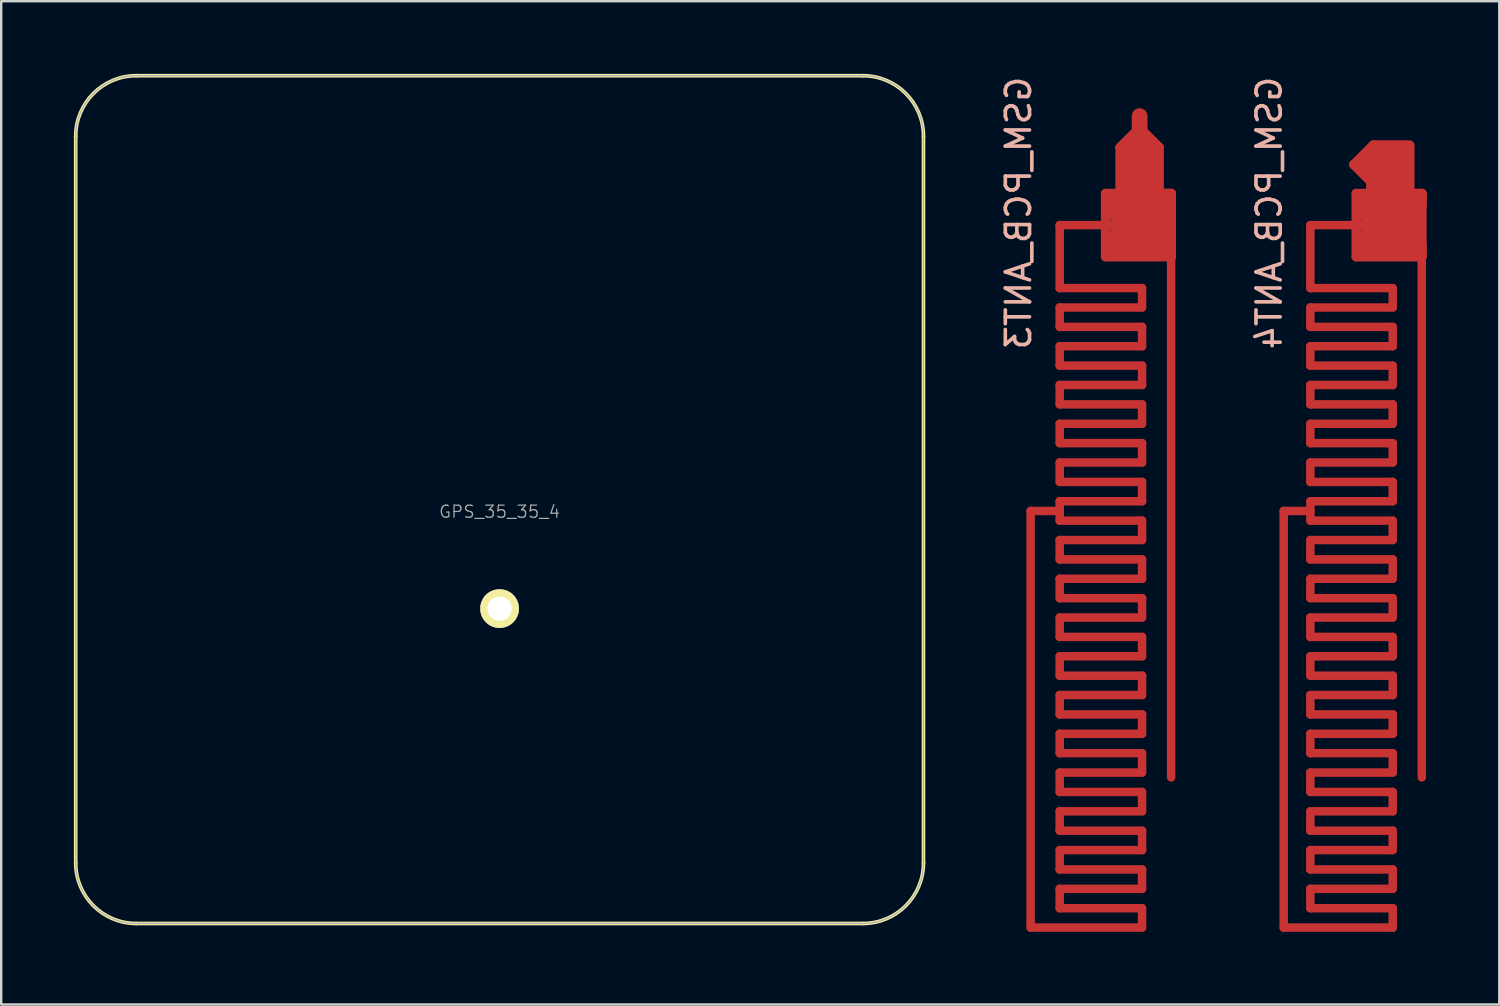
<source format=kicad_pcb>
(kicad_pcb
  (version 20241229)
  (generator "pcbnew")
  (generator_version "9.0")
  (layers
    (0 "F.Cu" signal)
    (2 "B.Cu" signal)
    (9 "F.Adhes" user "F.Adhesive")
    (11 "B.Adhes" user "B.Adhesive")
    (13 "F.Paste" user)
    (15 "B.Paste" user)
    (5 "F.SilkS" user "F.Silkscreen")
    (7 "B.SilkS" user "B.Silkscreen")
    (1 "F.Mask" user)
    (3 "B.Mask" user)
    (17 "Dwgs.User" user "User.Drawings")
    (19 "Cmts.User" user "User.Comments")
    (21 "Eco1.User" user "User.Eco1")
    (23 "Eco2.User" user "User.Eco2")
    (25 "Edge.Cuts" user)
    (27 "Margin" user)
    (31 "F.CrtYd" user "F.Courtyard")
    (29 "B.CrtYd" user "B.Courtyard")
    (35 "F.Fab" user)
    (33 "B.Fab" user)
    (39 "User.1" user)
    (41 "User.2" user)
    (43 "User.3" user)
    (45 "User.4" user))
  (footprint "GSM_PCB_ANT3"
    (layer "F.Cu")
    (at 43.998 1.744)
    (property "Reference" "GSM_PCB_ANT3" (at -5 4 270) (layer "B.SilkS") (effects (font (size 1 1) (thickness 0.15)) (justify mirror)))
    (attr through_hole)
    (fp_line (start -4.5 33.5) (end -4.5 16.3) (stroke (width 0.35) (type solid)) (layer "F.Cu"))
    (fp_line (start -3.3 7.1) (end -3.3 4.5) (stroke (width 0.35) (type solid)) (layer "F.Cu"))
    (fp_line (start -3.3 8.7) (end -3.3 7.9) (stroke (width 0.35) (type solid)) (layer "F.Cu"))
    (fp_line (start -3.3 10.3) (end -3.3 9.5) (stroke (width 0.35) (type solid)) (layer "F.Cu"))
    (fp_line (start -3.3 11.9) (end -3.3 11.1) (stroke (width 0.35) (type solid)) (layer "F.Cu"))
    (fp_line (start -3.3 13.5) (end -3.3 12.7) (stroke (width 0.35) (type solid)) (layer "F.Cu"))
    (fp_line (start -3.3 15.1) (end -3.3 14.3) (stroke (width 0.35) (type solid)) (layer "F.Cu"))
    (fp_line (start -3.3 16.3) (end -4.5 16.3) (stroke (width 0.35) (type solid)) (layer "F.Cu"))
    (fp_line (start -3.3 16.7) (end -3.3 15.9) (stroke (width 0.35) (type solid)) (layer "F.Cu"))
    (fp_line (start -3.3 18.3) (end -3.3 17.5) (stroke (width 0.35) (type solid)) (layer "F.Cu"))
    (fp_line (start -3.3 19.9) (end -3.3 19.1) (stroke (width 0.35) (type solid)) (layer "F.Cu"))
    (fp_line (start -3.3 21.5) (end -3.3 20.7) (stroke (width 0.35) (type solid)) (layer "F.Cu"))
    (fp_line (start -3.3 23.1) (end -3.3 22.3) (stroke (width 0.35) (type solid)) (layer "F.Cu"))
    (fp_line (start -3.3 24.7) (end -3.3 23.9) (stroke (width 0.35) (type solid)) (layer "F.Cu"))
    (fp_line (start -3.3 26.3) (end -3.3 25.5) (stroke (width 0.35) (type solid)) (layer "F.Cu"))
    (fp_line (start -3.3 27.9) (end -3.3 27.1) (stroke (width 0.35) (type solid)) (layer "F.Cu"))
    (fp_line (start -3.3 29.5) (end -3.3 28.7) (stroke (width 0.35) (type solid)) (layer "F.Cu"))
    (fp_line (start -3.3 31.1) (end -3.3 30.3) (stroke (width 0.35) (type solid)) (layer "F.Cu"))
    (fp_line (start -3.3 32.7) (end -3.3 31.9) (stroke (width 0.35) (type solid)) (layer "F.Cu"))
    (fp_line (start -1.4 5.8) (end -1.4 3.2) (stroke (width 0.4) (type solid)) (layer "F.Cu"))
    (fp_line (start -1.3 4.5) (end -3.3 4.5) (stroke (width 0.35) (type solid)) (layer "F.Cu"))
    (fp_line (start -0.8 1.3) (end -0.8 3.2) (stroke (width 0.4) (type solid)) (layer "F.Cu"))
    (fp_line (start -0.8 1.3) (end 0 0.5) (stroke (width 0.4) (type solid)) (layer "F.Cu"))
    (fp_line (start -0.8 1.3) (end 0 0.5) (stroke (width 0.4) (type solid)) (layer "F.Cu"))
    (fp_line (start -0.7 3.6) (end -0.7 5.4) (stroke (width 1) (type solid)) (layer "F.Cu"))
    (fp_line (start -0.5 1.3) (end -0.5 3.2) (stroke (width 0.4) (type solid)) (layer "F.Cu"))
    (fp_line (start 0 0) (end 0 0.6) (stroke (width 0.65) (type solid)) (layer "F.Cu"))
    (fp_line (start 0 1.2) (end 0 5.4) (stroke (width 1) (type solid)) (layer "F.Cu"))
    (fp_line (start 0 1.2) (end 0 5.4) (stroke (width 1) (type solid)) (layer "F.Cu"))
    (fp_line (start 0.1 7.1) (end -3.3 7.1) (stroke (width 0.35) (type solid)) (layer "F.Cu"))
    (fp_line (start 0.1 7.9) (end -3.3 7.9) (stroke (width 0.35) (type solid)) (layer "F.Cu"))
    (fp_line (start 0.1 7.9) (end 0.1 7.1) (stroke (width 0.35) (type solid)) (layer "F.Cu"))
    (fp_line (start 0.1 8.7) (end -3.3 8.7) (stroke (width 0.35) (type solid)) (layer "F.Cu"))
    (fp_line (start 0.1 9.5) (end -3.3 9.5) (stroke (width 0.35) (type solid)) (layer "F.Cu"))
    (fp_line (start 0.1 9.5) (end 0.1 8.7) (stroke (width 0.35) (type solid)) (layer "F.Cu"))
    (fp_line (start 0.1 10.3) (end -3.3 10.3) (stroke (width 0.35) (type solid)) (layer "F.Cu"))
    (fp_line (start 0.1 11.1) (end -3.3 11.1) (stroke (width 0.35) (type solid)) (layer "F.Cu"))
    (fp_line (start 0.1 11.1) (end 0.1 10.3) (stroke (width 0.35) (type solid)) (layer "F.Cu"))
    (fp_line (start 0.1 11.9) (end -3.3 11.9) (stroke (width 0.35) (type solid)) (layer "F.Cu"))
    (fp_line (start 0.1 12.7) (end -3.3 12.7) (stroke (width 0.35) (type solid)) (layer "F.Cu"))
    (fp_line (start 0.1 12.7) (end 0.1 11.9) (stroke (width 0.35) (type solid)) (layer "F.Cu"))
    (fp_line (start 0.1 13.5) (end -3.3 13.5) (stroke (width 0.35) (type solid)) (layer "F.Cu"))
    (fp_line (start 0.1 14.3) (end -3.3 14.3) (stroke (width 0.35) (type solid)) (layer "F.Cu"))
    (fp_line (start 0.1 14.3) (end 0.1 13.5) (stroke (width 0.35) (type solid)) (layer "F.Cu"))
    (fp_line (start 0.1 15.1) (end -3.3 15.1) (stroke (width 0.35) (type solid)) (layer "F.Cu"))
    (fp_line (start 0.1 15.9) (end -3.3 15.9) (stroke (width 0.35) (type solid)) (layer "F.Cu"))
    (fp_line (start 0.1 15.9) (end 0.1 15.1) (stroke (width 0.35) (type solid)) (layer "F.Cu"))
    (fp_line (start 0.1 16.7) (end -3.3 16.7) (stroke (width 0.35) (type solid)) (layer "F.Cu"))
    (fp_line (start 0.1 17.5) (end -3.3 17.5) (stroke (width 0.35) (type solid)) (layer "F.Cu"))
    (fp_line (start 0.1 17.5) (end 0.1 16.7) (stroke (width 0.35) (type solid)) (layer "F.Cu"))
    (fp_line (start 0.1 18.3) (end -3.3 18.3) (stroke (width 0.35) (type solid)) (layer "F.Cu"))
    (fp_line (start 0.1 19.1) (end -3.3 19.1) (stroke (width 0.35) (type solid)) (layer "F.Cu"))
    (fp_line (start 0.1 19.1) (end 0.1 18.3) (stroke (width 0.35) (type solid)) (layer "F.Cu"))
    (fp_line (start 0.1 19.9) (end -3.3 19.9) (stroke (width 0.35) (type solid)) (layer "F.Cu"))
    (fp_line (start 0.1 20.7) (end -3.3 20.7) (stroke (width 0.35) (type solid)) (layer "F.Cu"))
    (fp_line (start 0.1 20.7) (end 0.1 19.9) (stroke (width 0.35) (type solid)) (layer "F.Cu"))
    (fp_line (start 0.1 21.5) (end -3.3 21.5) (stroke (width 0.35) (type solid)) (layer "F.Cu"))
    (fp_line (start 0.1 22.3) (end -3.3 22.3) (stroke (width 0.35) (type solid)) (layer "F.Cu"))
    (fp_line (start 0.1 22.3) (end 0.1 21.5) (stroke (width 0.35) (type solid)) (layer "F.Cu"))
    (fp_line (start 0.1 23.1) (end -3.3 23.1) (stroke (width 0.35) (type solid)) (layer "F.Cu"))
    (fp_line (start 0.1 23.9) (end -3.3 23.9) (stroke (width 0.35) (type solid)) (layer "F.Cu"))
    (fp_line (start 0.1 23.9) (end 0.1 23.1) (stroke (width 0.35) (type solid)) (layer "F.Cu"))
    (fp_line (start 0.1 24.7) (end -3.3 24.7) (stroke (width 0.35) (type solid)) (layer "F.Cu"))
    (fp_line (start 0.1 25.5) (end -3.3 25.5) (stroke (width 0.35) (type solid)) (layer "F.Cu"))
    (fp_line (start 0.1 25.5) (end 0.1 24.7) (stroke (width 0.35) (type solid)) (layer "F.Cu"))
    (fp_line (start 0.1 26.3) (end -3.3 26.3) (stroke (width 0.35) (type solid)) (layer "F.Cu"))
    (fp_line (start 0.1 27.1) (end -3.3 27.1) (stroke (width 0.35) (type solid)) (layer "F.Cu"))
    (fp_line (start 0.1 27.1) (end 0.1 26.3) (stroke (width 0.35) (type solid)) (layer "F.Cu"))
    (fp_line (start 0.1 27.9) (end -3.3 27.9) (stroke (width 0.35) (type solid)) (layer "F.Cu"))
    (fp_line (start 0.1 28.7) (end -3.3 28.7) (stroke (width 0.35) (type solid)) (layer "F.Cu"))
    (fp_line (start 0.1 28.7) (end 0.1 27.9) (stroke (width 0.35) (type solid)) (layer "F.Cu"))
    (fp_line (start 0.1 29.5) (end -3.3 29.5) (stroke (width 0.35) (type solid)) (layer "F.Cu"))
    (fp_line (start 0.1 30.3) (end -3.3 30.3) (stroke (width 0.35) (type solid)) (layer "F.Cu"))
    (fp_line (start 0.1 30.3) (end 0.1 29.5) (stroke (width 0.35) (type solid)) (layer "F.Cu"))
    (fp_line (start 0.1 31.1) (end -3.3 31.1) (stroke (width 0.35) (type solid)) (layer "F.Cu"))
    (fp_line (start 0.1 31.9) (end -3.3 31.9) (stroke (width 0.35) (type solid)) (layer "F.Cu"))
    (fp_line (start 0.1 31.9) (end 0.1 31.1) (stroke (width 0.35) (type solid)) (layer "F.Cu"))
    (fp_line (start 0.1 32.7) (end -3.3 32.7) (stroke (width 0.35) (type solid)) (layer "F.Cu"))
    (fp_line (start 0.1 33.5) (end -4.5 33.5) (stroke (width 0.35) (type solid)) (layer "F.Cu"))
    (fp_line (start 0.1 33.5) (end 0.1 32.7) (stroke (width 0.35) (type solid)) (layer "F.Cu"))
    (fp_line (start 0.5 1.3) (end 0.5 3.2) (stroke (width 0.4) (type solid)) (layer "F.Cu"))
    (fp_line (start 0.7 3.6) (end 0.7 5.4) (stroke (width 1) (type solid)) (layer "F.Cu"))
    (fp_line (start 0.8 1.3) (end 0 0.5) (stroke (width 0.4) (type solid)) (layer "F.Cu"))
    (fp_line (start 0.8 1.3) (end 0 0.5) (stroke (width 0.4) (type solid)) (layer "F.Cu"))
    (fp_line (start 0.8 1.3) (end 0.8 3.2) (stroke (width 0.4) (type solid)) (layer "F.Cu"))
    (fp_line (start 0.9 3.8) (end -0.9 3.8) (stroke (width 1) (type solid)) (layer "F.Cu"))
    (fp_line (start 0.9 5.2) (end -0.9 5.2) (stroke (width 1) (type solid)) (layer "F.Cu"))
    (fp_line (start 1.3 3.2) (end -1.4 3.2) (stroke (width 0.4) (type solid)) (layer "F.Cu"))
    (fp_line (start 1.3 3.2) (end 0.8 3.2) (stroke (width 0.4) (type solid)) (layer "F.Cu"))
    (fp_line (start 1.3 3.7) (end 1.3 3.2) (stroke (width 0.4) (type solid)) (layer "F.Cu"))
    (fp_line (start 1.3 5.8) (end -1.4 5.8) (stroke (width 0.4) (type solid)) (layer "F.Cu"))
    (fp_line (start 1.3 5.8) (end 1.3 3.2) (stroke (width 0.4) (type solid)) (layer "F.Cu"))
    (fp_line (start 1.3 5.8) (end 1.3 5.3) (stroke (width 0.4) (type solid)) (layer "F.Cu"))
    (fp_line (start 1.3 27.3) (end 1.3 5.8) (stroke (width 0.35) (type solid)) (layer "F.Cu"))
    (pad "1" smd rect (at 0 0) (size 0.2 0.2) (layers "F.Cu")))
  (footprint "GPS_35_35_4"
    (layer "F.Cu")
    (at 17.575 17.575)
    (property "Reference" "GPS_35_35_4" (at 0 0.5 0) (layer "F.Fab") (effects (font (size 0.5 0.5) (thickness 0.05))))
    (attr through_hole)
    (fp_line (start -17.5 -15) (end -17.5 15) (stroke (width 0.15) (type solid)) (layer "F.SilkS"))
    (fp_line (start -15 -17.5) (end 15 -17.5) (stroke (width 0.15) (type solid)) (layer "F.SilkS"))
    (fp_line (start -15 17.5) (end 15 17.5) (stroke (width 0.15) (type solid)) (layer "F.SilkS"))
    (fp_line (start 17.5 -15) (end 17.5 15) (stroke (width 0.15) (type solid)) (layer "F.SilkS"))
    (fp_arc (start -17.5 -15) (mid -16.767767 -16.767767) (end -15 -17.5) (stroke (width 0.15) (type solid)) (layer "F.SilkS"))
    (fp_arc (start -15 17.5) (mid -16.767767 16.767767) (end -17.5 15) (stroke (width 0.15) (type solid)) (layer "F.SilkS"))
    (fp_arc (start 15 -17.5) (mid 16.767767 -16.767767) (end 17.5 -15) (stroke (width 0.15) (type solid)) (layer "F.SilkS"))
    (fp_arc (start 17.5 15) (mid 16.767767 16.767767) (end 15 17.5) (stroke (width 0.15) (type solid)) (layer "F.SilkS"))
    (fp_line (start -17.5 15) (end -17.5 -15) (stroke (width 0.05) (type solid)) (layer "F.Fab"))
    (fp_line (start -15 -17.5) (end 15 -17.5) (stroke (width 0.05) (type solid)) (layer "F.Fab"))
    (fp_line (start -15 17.5) (end 15 17.5) (stroke (width 0.05) (type solid)) (layer "F.Fab"))
    (fp_line (start 17.5 15) (end 17.5 -15) (stroke (width 0.05) (type solid)) (layer "F.Fab"))
    (fp_arc (start -17.5 -15) (mid -16.767767 -16.767767) (end -15 -17.5) (stroke (width 0.05) (type solid)) (layer "F.Fab"))
    (fp_arc (start -15 17.5) (mid -16.767767 16.767767) (end -17.5 15) (stroke (width 0.05) (type solid)) (layer "F.Fab"))
    (fp_arc (start 15 -17.5) (mid 16.767767 -16.767767) (end 17.5 -15) (stroke (width 0.05) (type solid)) (layer "F.Fab"))
    (fp_arc (start 17.5 15) (mid 16.767767 16.767767) (end 15 17.5) (stroke (width 0.05) (type solid)) (layer "F.Fab"))
    (pad "" smd circle (at 0 4.5) (size 1 1) (layers "F.Mask"))
    (pad "1" thru_hole circle (at 0 4.5) (size 1.6 1.6) (drill 1) (layers "*.Cu" "B.Mask" "F.SilkS")))
  (footprint "GSM_PCB_ANT4"
    (layer "F.Cu")
    (at 54.346 1.744)
    (property "Reference" "GSM_PCB_ANT4" (at -5 4 270) (layer "B.SilkS") (effects (font (size 1 1) (thickness 0.15)) (justify mirror)))
    (attr through_hole)
    (fp_line (start -4.4 33.5) (end -4.4 16.3) (stroke (width 0.35) (type solid)) (layer "F.Cu"))
    (fp_line (start -3.3 7.1) (end -3.3 4.5) (stroke (width 0.35) (type solid)) (layer "F.Cu"))
    (fp_line (start -3.3 8.7) (end -3.3 7.9) (stroke (width 0.35) (type solid)) (layer "F.Cu"))
    (fp_line (start -3.3 10.3) (end -3.3 9.5) (stroke (width 0.35) (type solid)) (layer "F.Cu"))
    (fp_line (start -3.3 11.9) (end -3.3 11.1) (stroke (width 0.35) (type solid)) (layer "F.Cu"))
    (fp_line (start -3.3 13.5) (end -3.3 12.7) (stroke (width 0.35) (type solid)) (layer "F.Cu"))
    (fp_line (start -3.3 15.1) (end -3.3 14.3) (stroke (width 0.35) (type solid)) (layer "F.Cu"))
    (fp_line (start -3.3 16.3) (end -4.4 16.3) (stroke (width 0.35) (type solid)) (layer "F.Cu"))
    (fp_line (start -3.3 16.7) (end -3.3 15.9) (stroke (width 0.35) (type solid)) (layer "F.Cu"))
    (fp_line (start -3.3 18.3) (end -3.3 17.5) (stroke (width 0.35) (type solid)) (layer "F.Cu"))
    (fp_line (start -3.3 19.9) (end -3.3 19.1) (stroke (width 0.35) (type solid)) (layer "F.Cu"))
    (fp_line (start -3.3 21.5) (end -3.3 20.7) (stroke (width 0.35) (type solid)) (layer "F.Cu"))
    (fp_line (start -3.3 23.1) (end -3.3 22.3) (stroke (width 0.35) (type solid)) (layer "F.Cu"))
    (fp_line (start -3.3 24.7) (end -3.3 23.9) (stroke (width 0.35) (type solid)) (layer "F.Cu"))
    (fp_line (start -3.3 26.3) (end -3.3 25.5) (stroke (width 0.35) (type solid)) (layer "F.Cu"))
    (fp_line (start -3.3 27.9) (end -3.3 27.1) (stroke (width 0.35) (type solid)) (layer "F.Cu"))
    (fp_line (start -3.3 29.5) (end -3.3 28.7) (stroke (width 0.35) (type solid)) (layer "F.Cu"))
    (fp_line (start -3.3 31.1) (end -3.3 30.3) (stroke (width 0.35) (type solid)) (layer "F.Cu"))
    (fp_line (start -3.3 32.7) (end -3.3 31.9) (stroke (width 0.35) (type solid)) (layer "F.Cu"))
    (fp_line (start -1.4 5.8) (end -1.4 3.2) (stroke (width 0.4) (type solid)) (layer "F.Cu"))
    (fp_line (start -1.3 4.5) (end -3.3 4.5) (stroke (width 0.35) (type solid)) (layer "F.Cu"))
    (fp_line (start -0.8 1.4) (end -0.8 3.2) (stroke (width 0.4) (type solid)) (layer "F.Cu"))
    (fp_line (start -0.7 1.2) (end -1.5 2) (stroke (width 0.4) (type solid)) (layer "F.Cu"))
    (fp_line (start -0.7 1.2) (end 0.8 1.2) (stroke (width 0.4) (type solid)) (layer "F.Cu"))
    (fp_line (start -0.7 2.8) (end -1.5 2) (stroke (width 0.4) (type solid)) (layer "F.Cu"))
    (fp_line (start -0.7 3.6) (end -0.7 5.4) (stroke (width 1) (type solid)) (layer "F.Cu"))
    (fp_line (start -0.6 2) (end -1.2 2) (stroke (width 0.65) (type solid)) (layer "F.Cu"))
    (fp_line (start -0.5 1.3) (end -0.5 3.2) (stroke (width 0.4) (type solid)) (layer "F.Cu"))
    (fp_line (start 0 1.7) (end 0 5.4) (stroke (width 1) (type solid)) (layer "F.Cu"))
    (fp_line (start 0.1 7.1) (end -3.3 7.1) (stroke (width 0.35) (type solid)) (layer "F.Cu"))
    (fp_line (start 0.1 7.9) (end -3.3 7.9) (stroke (width 0.35) (type solid)) (layer "F.Cu"))
    (fp_line (start 0.1 7.9) (end 0.1 7.1) (stroke (width 0.35) (type solid)) (layer "F.Cu"))
    (fp_line (start 0.1 8.7) (end -3.3 8.7) (stroke (width 0.35) (type solid)) (layer "F.Cu"))
    (fp_line (start 0.1 9.5) (end -3.3 9.5) (stroke (width 0.35) (type solid)) (layer "F.Cu"))
    (fp_line (start 0.1 9.5) (end 0.1 8.7) (stroke (width 0.35) (type solid)) (layer "F.Cu"))
    (fp_line (start 0.1 10.3) (end -3.3 10.3) (stroke (width 0.35) (type solid)) (layer "F.Cu"))
    (fp_line (start 0.1 11.1) (end -3.3 11.1) (stroke (width 0.35) (type solid)) (layer "F.Cu"))
    (fp_line (start 0.1 11.1) (end 0.1 10.3) (stroke (width 0.35) (type solid)) (layer "F.Cu"))
    (fp_line (start 0.1 11.9) (end -3.3 11.9) (stroke (width 0.35) (type solid)) (layer "F.Cu"))
    (fp_line (start 0.1 12.7) (end -3.3 12.7) (stroke (width 0.35) (type solid)) (layer "F.Cu"))
    (fp_line (start 0.1 12.7) (end 0.1 11.9) (stroke (width 0.35) (type solid)) (layer "F.Cu"))
    (fp_line (start 0.1 13.5) (end -3.3 13.5) (stroke (width 0.35) (type solid)) (layer "F.Cu"))
    (fp_line (start 0.1 14.3) (end -3.3 14.3) (stroke (width 0.35) (type solid)) (layer "F.Cu"))
    (fp_line (start 0.1 14.3) (end 0.1 13.5) (stroke (width 0.35) (type solid)) (layer "F.Cu"))
    (fp_line (start 0.1 15.1) (end -3.3 15.1) (stroke (width 0.35) (type solid)) (layer "F.Cu"))
    (fp_line (start 0.1 15.9) (end -3.3 15.9) (stroke (width 0.35) (type solid)) (layer "F.Cu"))
    (fp_line (start 0.1 15.9) (end 0.1 15.1) (stroke (width 0.35) (type solid)) (layer "F.Cu"))
    (fp_line (start 0.1 16.7) (end -3.3 16.7) (stroke (width 0.35) (type solid)) (layer "F.Cu"))
    (fp_line (start 0.1 17.5) (end -3.3 17.5) (stroke (width 0.35) (type solid)) (layer "F.Cu"))
    (fp_line (start 0.1 17.5) (end 0.1 16.7) (stroke (width 0.35) (type solid)) (layer "F.Cu"))
    (fp_line (start 0.1 18.3) (end -3.3 18.3) (stroke (width 0.35) (type solid)) (layer "F.Cu"))
    (fp_line (start 0.1 19.1) (end -3.3 19.1) (stroke (width 0.35) (type solid)) (layer "F.Cu"))
    (fp_line (start 0.1 19.1) (end 0.1 18.3) (stroke (width 0.35) (type solid)) (layer "F.Cu"))
    (fp_line (start 0.1 19.9) (end -3.3 19.9) (stroke (width 0.35) (type solid)) (layer "F.Cu"))
    (fp_line (start 0.1 20.7) (end -3.3 20.7) (stroke (width 0.35) (type solid)) (layer "F.Cu"))
    (fp_line (start 0.1 20.7) (end 0.1 19.9) (stroke (width 0.35) (type solid)) (layer "F.Cu"))
    (fp_line (start 0.1 21.5) (end -3.3 21.5) (stroke (width 0.35) (type solid)) (layer "F.Cu"))
    (fp_line (start 0.1 22.3) (end -3.3 22.3) (stroke (width 0.35) (type solid)) (layer "F.Cu"))
    (fp_line (start 0.1 22.3) (end 0.1 21.5) (stroke (width 0.35) (type solid)) (layer "F.Cu"))
    (fp_line (start 0.1 23.1) (end -3.3 23.1) (stroke (width 0.35) (type solid)) (layer "F.Cu"))
    (fp_line (start 0.1 23.9) (end -3.3 23.9) (stroke (width 0.35) (type solid)) (layer "F.Cu"))
    (fp_line (start 0.1 23.9) (end 0.1 23.1) (stroke (width 0.35) (type solid)) (layer "F.Cu"))
    (fp_line (start 0.1 24.7) (end -3.3 24.7) (stroke (width 0.35) (type solid)) (layer "F.Cu"))
    (fp_line (start 0.1 25.5) (end -3.3 25.5) (stroke (width 0.35) (type solid)) (layer "F.Cu"))
    (fp_line (start 0.1 25.5) (end 0.1 24.7) (stroke (width 0.35) (type solid)) (layer "F.Cu"))
    (fp_line (start 0.1 26.3) (end -3.3 26.3) (stroke (width 0.35) (type solid)) (layer "F.Cu"))
    (fp_line (start 0.1 27.1) (end -3.3 27.1) (stroke (width 0.35) (type solid)) (layer "F.Cu"))
    (fp_line (start 0.1 27.1) (end 0.1 26.3) (stroke (width 0.35) (type solid)) (layer "F.Cu"))
    (fp_line (start 0.1 27.9) (end -3.3 27.9) (stroke (width 0.35) (type solid)) (layer "F.Cu"))
    (fp_line (start 0.1 28.7) (end -3.3 28.7) (stroke (width 0.35) (type solid)) (layer "F.Cu"))
    (fp_line (start 0.1 28.7) (end 0.1 27.9) (stroke (width 0.35) (type solid)) (layer "F.Cu"))
    (fp_line (start 0.1 29.5) (end -3.3 29.5) (stroke (width 0.35) (type solid)) (layer "F.Cu"))
    (fp_line (start 0.1 30.3) (end -3.3 30.3) (stroke (width 0.35) (type solid)) (layer "F.Cu"))
    (fp_line (start 0.1 30.3) (end 0.1 29.5) (stroke (width 0.35) (type solid)) (layer "F.Cu"))
    (fp_line (start 0.1 31.1) (end -3.3 31.1) (stroke (width 0.35) (type solid)) (layer "F.Cu"))
    (fp_line (start 0.1 31.9) (end -3.3 31.9) (stroke (width 0.35) (type solid)) (layer "F.Cu"))
    (fp_line (start 0.1 31.9) (end 0.1 31.1) (stroke (width 0.35) (type solid)) (layer "F.Cu"))
    (fp_line (start 0.1 32.7) (end -3.3 32.7) (stroke (width 0.35) (type solid)) (layer "F.Cu"))
    (fp_line (start 0.1 33.5) (end -4.4 33.5) (stroke (width 0.35) (type solid)) (layer "F.Cu"))
    (fp_line (start 0.1 33.5) (end 0.1 32.7) (stroke (width 0.35) (type solid)) (layer "F.Cu"))
    (fp_line (start 0.5 1.3) (end 0.5 3.2) (stroke (width 0.4) (type solid)) (layer "F.Cu"))
    (fp_line (start 0.7 3.6) (end 0.7 5.4) (stroke (width 1) (type solid)) (layer "F.Cu"))
    (fp_line (start 0.8 1.3) (end 0.8 3.2) (stroke (width 0.4) (type solid)) (layer "F.Cu"))
    (fp_line (start 0.9 3.8) (end -0.9 3.8) (stroke (width 1) (type solid)) (layer "F.Cu"))
    (fp_line (start 0.9 5.2) (end -0.9 5.2) (stroke (width 1) (type solid)) (layer "F.Cu"))
    (fp_line (start 1.3 3.2) (end -1.4 3.2) (stroke (width 0.4) (type solid)) (layer "F.Cu"))
    (fp_line (start 1.3 3.2) (end 0.8 3.2) (stroke (width 0.4) (type solid)) (layer "F.Cu"))
    (fp_line (start 1.3 3.7) (end 1.3 3.2) (stroke (width 0.4) (type solid)) (layer "F.Cu"))
    (fp_line (start 1.3 5.8) (end -1.4 5.8) (stroke (width 0.4) (type solid)) (layer "F.Cu"))
    (fp_line (start 1.3 5.8) (end 1.3 3.2) (stroke (width 0.4) (type solid)) (layer "F.Cu"))
    (fp_line (start 1.3 5.8) (end 1.3 5.3) (stroke (width 0.4) (type solid)) (layer "F.Cu"))
    (fp_line (start 1.3 27.3) (end 1.3 5.8) (stroke (width 0.35) (type solid)) (layer "F.Cu"))
    (pad "1" smd rect (at -1.5 2) (size 0.2 0.2) (layers "F.Cu")))
  (gr_rect
    (start -3 -3)
    (end 58.846 38.419)
    (stroke (width 0.1) (type default))
    (fill no)
    (layer "Edge.Cuts")))
</source>
